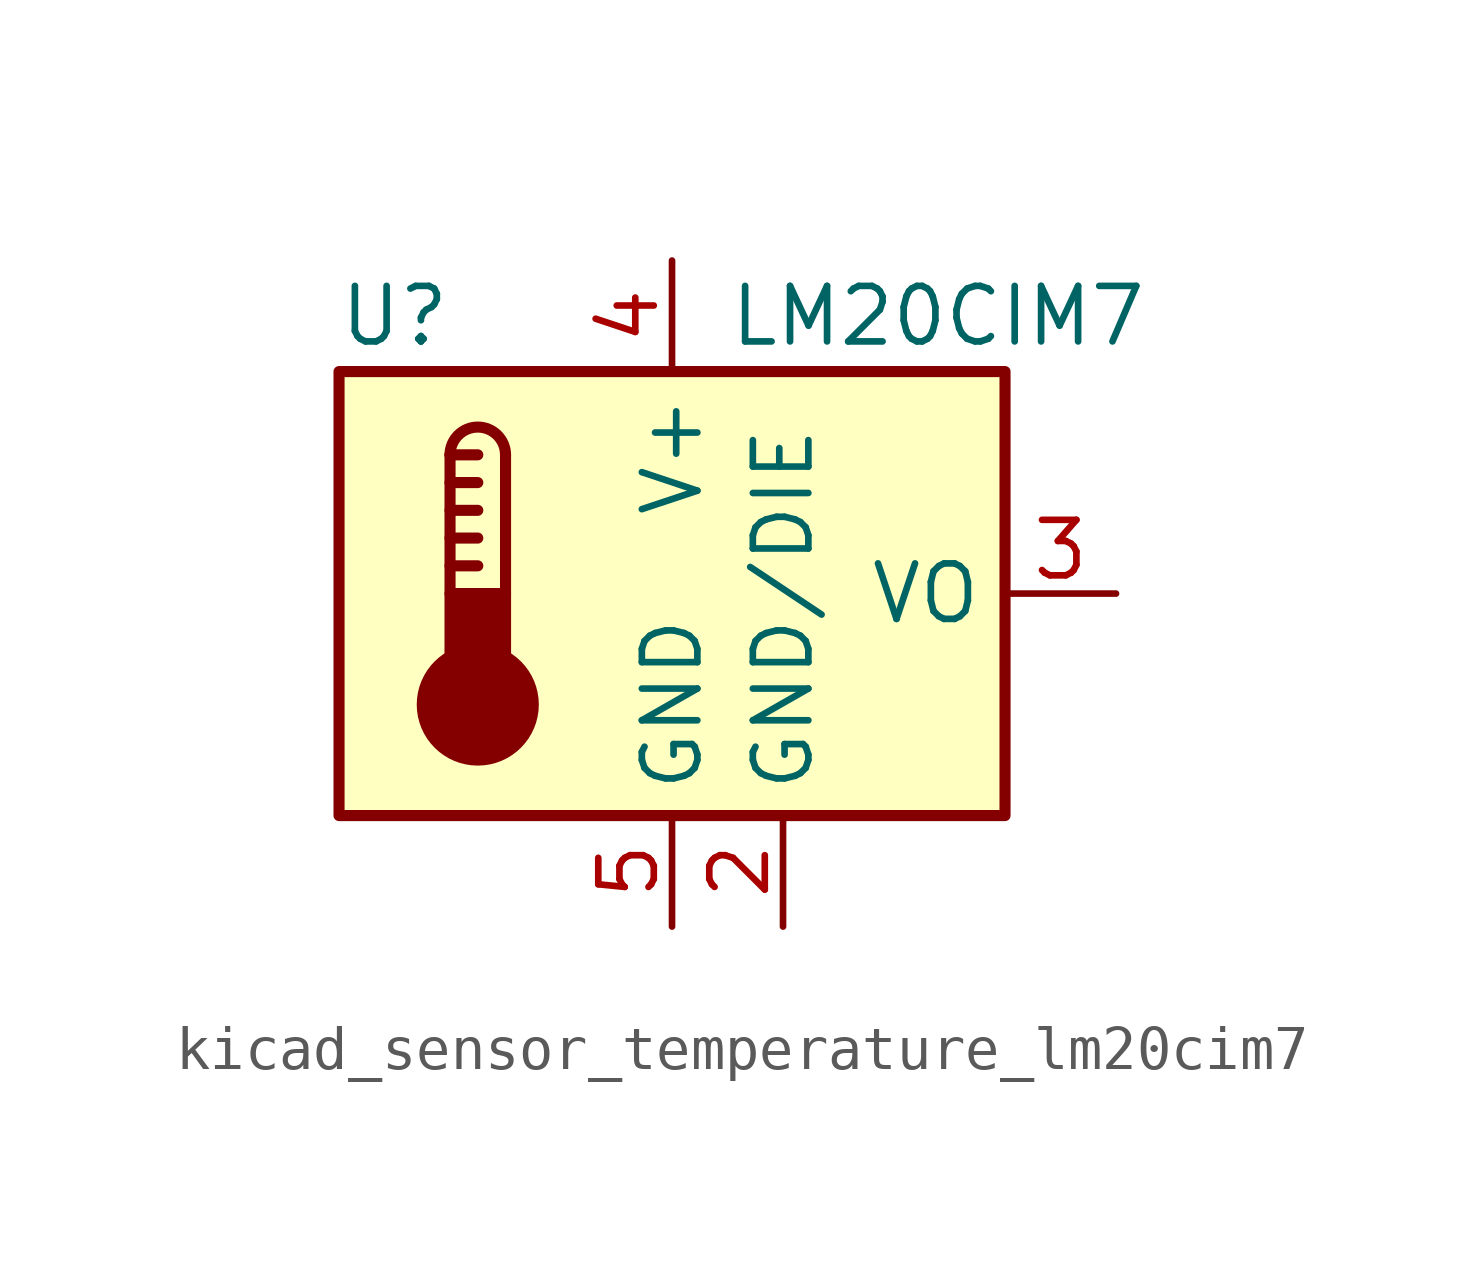
<source format=kicad_sym>
(kicad_symbol_lib
  (version 20220914)
  (generator kicad_symbol_editor)
  (symbol "kicad_sensor_temperature_lm20cim7"
    (property "Reference" "U"
      (at -6.35 6.35 0)
      (effects (font (size 1.27 1.27))))
    (property "Value" "LM20CIM7"
      (at 1.27 6.35 0)
      (effects (font (size 1.27 1.27)) (justify left)))
    (symbol "kicad_sensor_temperature_lm20cim7_0_1"
      (rectangle (start -7.62 5.08) (end 7.62 -5.08) (stroke (width 0.254) (type default)) (fill (type background)))
      (circle (center -4.445 -2.54) (radius 1.27) (stroke (width 0.254) (type default)) (fill (type outline)))
      (rectangle (start -3.81 -1.905) (end -5.08 0) (stroke (width 0.254) (type default)) (fill (type outline)))
      (arc (start -3.81 3.175) (mid -4.445 3.8073) (end -5.08 3.175) (stroke (width 0.254) (type default)) (fill (type none)))
      (polyline (pts (xy -5.08 0.635) (xy -4.445 0.635)) (stroke (width 0.254) (type default)) (fill (type none)))
      (polyline (pts (xy -5.08 1.27) (xy -4.445 1.27)) (stroke (width 0.254) (type default)) (fill (type none)))
      (polyline (pts (xy -5.08 1.905) (xy -4.445 1.905)) (stroke (width 0.254) (type default)) (fill (type none)))
      (polyline (pts (xy -5.08 2.54) (xy -4.445 2.54)) (stroke (width 0.254) (type default)) (fill (type none)))
      (polyline (pts (xy -5.08 3.175) (xy -5.08 0)) (stroke (width 0.254) (type default)) (fill (type none)))
      (polyline (pts (xy -5.08 3.175) (xy -4.445 3.175)) (stroke (width 0.254) (type default)) (fill (type none)))
      (polyline (pts (xy -3.81 3.175) (xy -3.81 0)) (stroke (width 0.254) (type default)) (fill (type none))))
    (symbol "kicad_sensor_temperature_lm20cim7_1_1"
      (pin no_connect line (at 5.08 -5.08 90) (length 2.54) hide (name "NC" (effects (font (size 1.27 1.27)))) (number "1" (effects (font (size 1.27 1.27)))))
      (pin passive line (at 2.54 -7.62 90) (length 2.54) (name "GND/DIE" (effects (font (size 1.27 1.27)))) (number "2" (effects (font (size 1.27 1.27)))))
      (pin output line (at 10.16 0 180) (length 2.54) (name "VO" (effects (font (size 1.27 1.27)))) (number "3" (effects (font (size 1.27 1.27)))))
      (pin power_in line (at 0 7.62 270) (length 2.54) (name "V+" (effects (font (size 1.27 1.27)))) (number "4" (effects (font (size 1.27 1.27)))))
      (pin power_in line (at 0 -7.62 90) (length 2.54) (name "GND" (effects (font (size 1.27 1.27)))) (number "5" (effects (font (size 1.27 1.27))))))))
</source>
